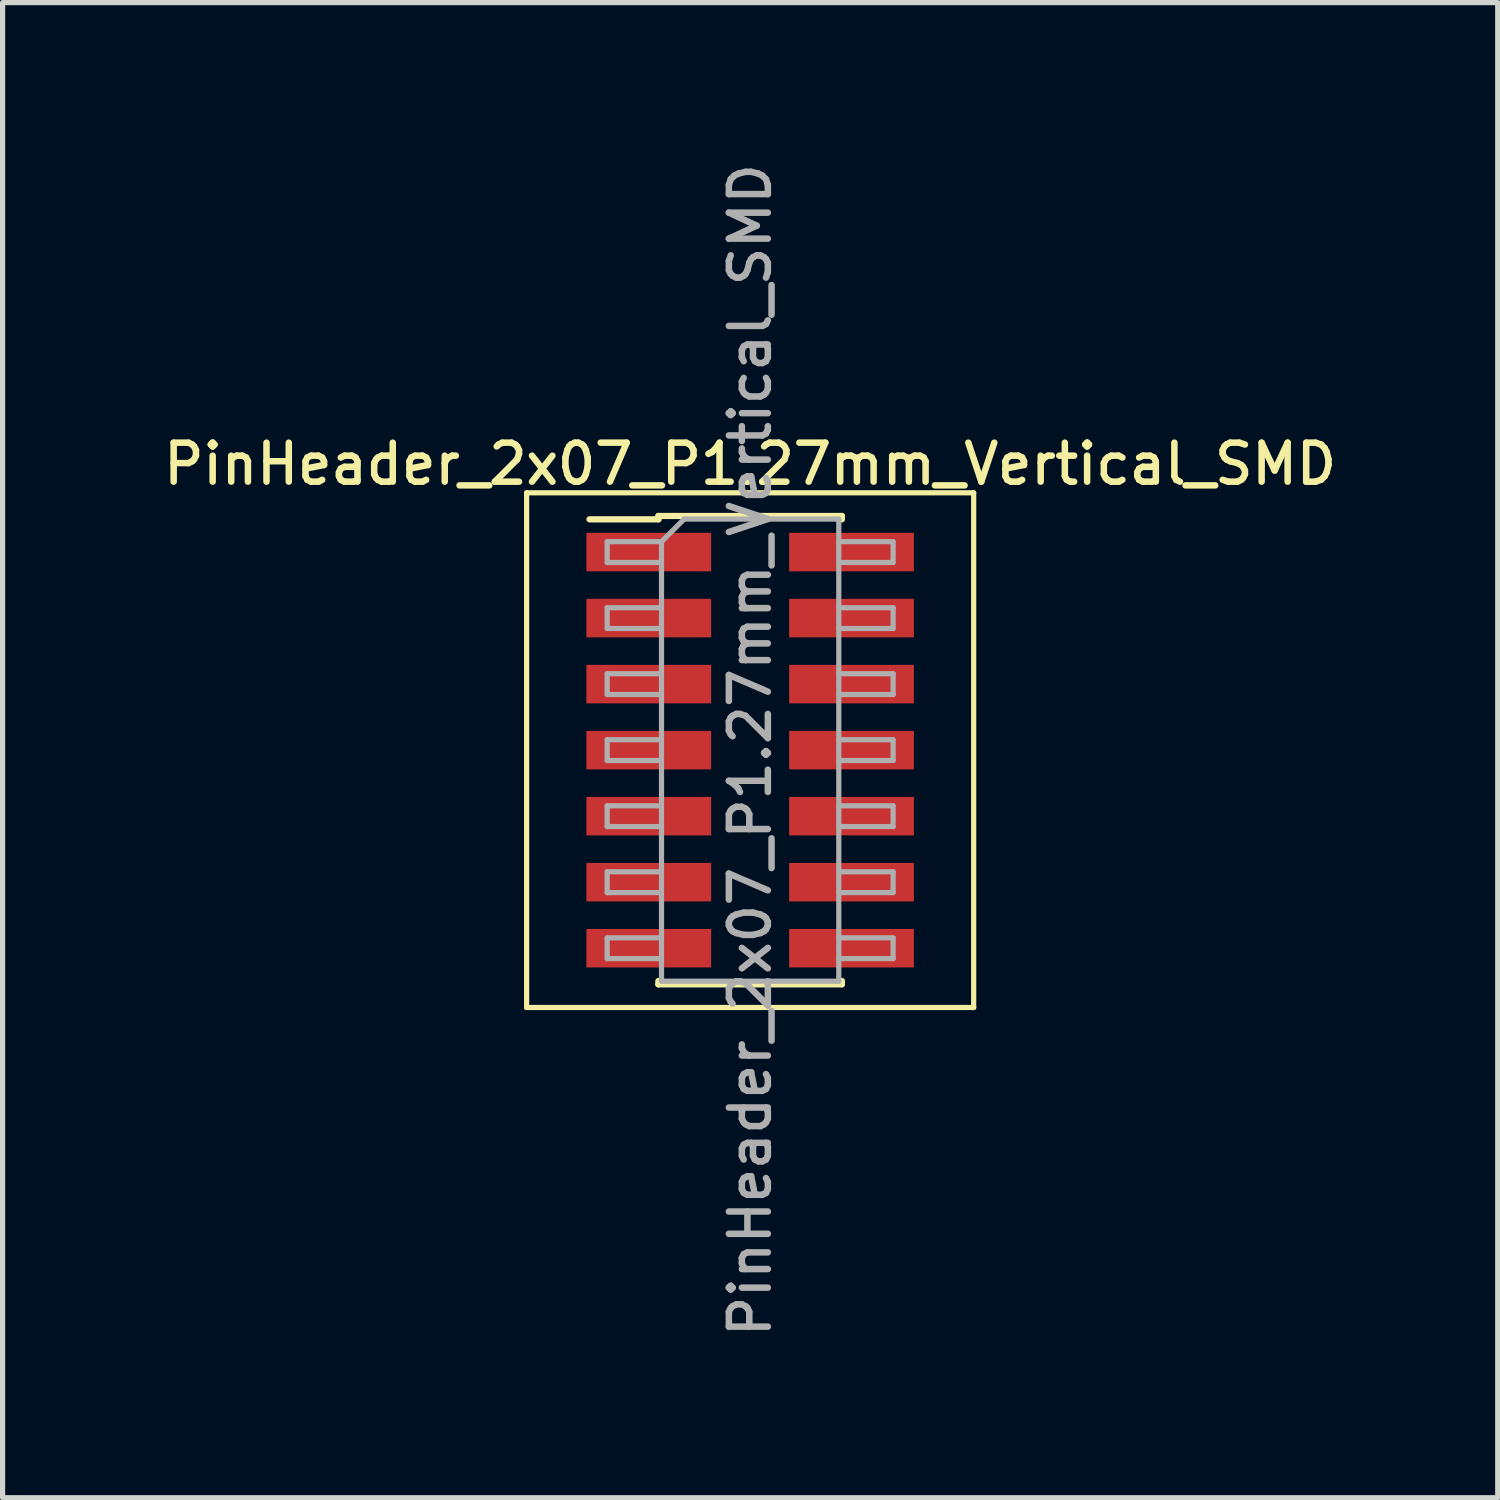
<source format=kicad_pcb>
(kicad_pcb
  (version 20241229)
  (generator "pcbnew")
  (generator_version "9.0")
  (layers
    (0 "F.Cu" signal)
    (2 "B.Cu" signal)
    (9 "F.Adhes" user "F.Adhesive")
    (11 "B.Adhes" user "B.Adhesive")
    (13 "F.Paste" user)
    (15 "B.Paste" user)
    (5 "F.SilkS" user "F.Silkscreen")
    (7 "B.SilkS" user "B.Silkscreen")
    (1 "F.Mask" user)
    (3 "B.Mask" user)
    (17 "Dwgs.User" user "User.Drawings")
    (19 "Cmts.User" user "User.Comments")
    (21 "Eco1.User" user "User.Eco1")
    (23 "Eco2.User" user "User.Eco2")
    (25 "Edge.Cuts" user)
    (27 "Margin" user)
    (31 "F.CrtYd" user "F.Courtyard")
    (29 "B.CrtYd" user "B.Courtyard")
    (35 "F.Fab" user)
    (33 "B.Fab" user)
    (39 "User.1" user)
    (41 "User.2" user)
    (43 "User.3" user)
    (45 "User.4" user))
  (footprint "PinHeader_2x07_P1.27mm_Vertical_SMD"
    (layer "F.Cu")
    (at 11.38 11.38)
    (property "Reference" "PinHeader_2x07_P1.27mm_Vertical_SMD" (at 0 -5.505 0) (layer "F.SilkS") (effects (font (size 0.75 0.75) (thickness 0.125))))
    (attr smd)
    (fp_line (start -4.3 -4.95) (end -4.3 4.95) (stroke (width 0.1) (type solid)) (layer "F.SilkS"))
    (fp_line (start -4.3 4.95) (end 4.3 4.95) (stroke (width 0.1) (type solid)) (layer "F.SilkS"))
    (fp_line (start -3.09 -4.44) (end -1.765 -4.44) (stroke (width 0.12) (type solid)) (layer "F.SilkS"))
    (fp_line (start -1.765 -4.505) (end -1.765 -4.44) (stroke (width 0.12) (type solid)) (layer "F.SilkS"))
    (fp_line (start -1.765 -4.505) (end 1.765 -4.505) (stroke (width 0.12) (type solid)) (layer "F.SilkS"))
    (fp_line (start -1.765 4.44) (end -1.765 4.505) (stroke (width 0.12) (type solid)) (layer "F.SilkS"))
    (fp_line (start -1.765 4.505) (end 1.765 4.505) (stroke (width 0.12) (type solid)) (layer "F.SilkS"))
    (fp_line (start 1.765 -4.505) (end 1.765 -4.44) (stroke (width 0.12) (type solid)) (layer "F.SilkS"))
    (fp_line (start 1.765 4.44) (end 1.765 4.505) (stroke (width 0.12) (type solid)) (layer "F.SilkS"))
    (fp_line (start 4.3 -4.95) (end -4.3 -4.95) (stroke (width 0.1) (type solid)) (layer "F.SilkS"))
    (fp_line (start 4.3 4.95) (end 4.3 -4.95) (stroke (width 0.1) (type solid)) (layer "F.SilkS"))
    (fp_line (start -2.75 -4.01) (end -2.75 -3.61) (stroke (width 0.1) (type solid)) (layer "F.Fab"))
    (fp_line (start -2.75 -3.61) (end -1.705 -3.61) (stroke (width 0.1) (type solid)) (layer "F.Fab"))
    (fp_line (start -2.75 -2.74) (end -2.75 -2.34) (stroke (width 0.1) (type solid)) (layer "F.Fab"))
    (fp_line (start -2.75 -2.34) (end -1.705 -2.34) (stroke (width 0.1) (type solid)) (layer "F.Fab"))
    (fp_line (start -2.75 -1.47) (end -2.75 -1.07) (stroke (width 0.1) (type solid)) (layer "F.Fab"))
    (fp_line (start -2.75 -1.07) (end -1.705 -1.07) (stroke (width 0.1) (type solid)) (layer "F.Fab"))
    (fp_line (start -2.75 -0.2) (end -2.75 0.2) (stroke (width 0.1) (type solid)) (layer "F.Fab"))
    (fp_line (start -2.75 0.2) (end -1.705 0.2) (stroke (width 0.1) (type solid)) (layer "F.Fab"))
    (fp_line (start -2.75 1.07) (end -2.75 1.47) (stroke (width 0.1) (type solid)) (layer "F.Fab"))
    (fp_line (start -2.75 1.47) (end -1.705 1.47) (stroke (width 0.1) (type solid)) (layer "F.Fab"))
    (fp_line (start -2.75 2.34) (end -2.75 2.74) (stroke (width 0.1) (type solid)) (layer "F.Fab"))
    (fp_line (start -2.75 2.74) (end -1.705 2.74) (stroke (width 0.1) (type solid)) (layer "F.Fab"))
    (fp_line (start -2.75 3.61) (end -2.75 4.01) (stroke (width 0.1) (type solid)) (layer "F.Fab"))
    (fp_line (start -2.75 4.01) (end -1.705 4.01) (stroke (width 0.1) (type solid)) (layer "F.Fab"))
    (fp_line (start -1.705 -4.01) (end -2.75 -4.01) (stroke (width 0.1) (type solid)) (layer "F.Fab"))
    (fp_line (start -1.705 -4.01) (end -1.27 -4.445) (stroke (width 0.1) (type solid)) (layer "F.Fab"))
    (fp_line (start -1.705 -2.74) (end -2.75 -2.74) (stroke (width 0.1) (type solid)) (layer "F.Fab"))
    (fp_line (start -1.705 -1.47) (end -2.75 -1.47) (stroke (width 0.1) (type solid)) (layer "F.Fab"))
    (fp_line (start -1.705 -0.2) (end -2.75 -0.2) (stroke (width 0.1) (type solid)) (layer "F.Fab"))
    (fp_line (start -1.705 1.07) (end -2.75 1.07) (stroke (width 0.1) (type solid)) (layer "F.Fab"))
    (fp_line (start -1.705 2.34) (end -2.75 2.34) (stroke (width 0.1) (type solid)) (layer "F.Fab"))
    (fp_line (start -1.705 3.61) (end -2.75 3.61) (stroke (width 0.1) (type solid)) (layer "F.Fab"))
    (fp_line (start -1.705 4.445) (end -1.705 -4.01) (stroke (width 0.1) (type solid)) (layer "F.Fab"))
    (fp_line (start -1.27 -4.445) (end 1.705 -4.445) (stroke (width 0.1) (type solid)) (layer "F.Fab"))
    (fp_line (start 1.705 -4.445) (end 1.705 4.445) (stroke (width 0.1) (type solid)) (layer "F.Fab"))
    (fp_line (start 1.705 -4.01) (end 2.75 -4.01) (stroke (width 0.1) (type solid)) (layer "F.Fab"))
    (fp_line (start 1.705 -2.74) (end 2.75 -2.74) (stroke (width 0.1) (type solid)) (layer "F.Fab"))
    (fp_line (start 1.705 -1.47) (end 2.75 -1.47) (stroke (width 0.1) (type solid)) (layer "F.Fab"))
    (fp_line (start 1.705 -0.2) (end 2.75 -0.2) (stroke (width 0.1) (type solid)) (layer "F.Fab"))
    (fp_line (start 1.705 1.07) (end 2.75 1.07) (stroke (width 0.1) (type solid)) (layer "F.Fab"))
    (fp_line (start 1.705 2.34) (end 2.75 2.34) (stroke (width 0.1) (type solid)) (layer "F.Fab"))
    (fp_line (start 1.705 3.61) (end 2.75 3.61) (stroke (width 0.1) (type solid)) (layer "F.Fab"))
    (fp_line (start 1.705 4.445) (end -1.705 4.445) (stroke (width 0.1) (type solid)) (layer "F.Fab"))
    (fp_line (start 2.75 -4.01) (end 2.75 -3.61) (stroke (width 0.1) (type solid)) (layer "F.Fab"))
    (fp_line (start 2.75 -3.61) (end 1.705 -3.61) (stroke (width 0.1) (type solid)) (layer "F.Fab"))
    (fp_line (start 2.75 -2.74) (end 2.75 -2.34) (stroke (width 0.1) (type solid)) (layer "F.Fab"))
    (fp_line (start 2.75 -2.34) (end 1.705 -2.34) (stroke (width 0.1) (type solid)) (layer "F.Fab"))
    (fp_line (start 2.75 -1.47) (end 2.75 -1.07) (stroke (width 0.1) (type solid)) (layer "F.Fab"))
    (fp_line (start 2.75 -1.07) (end 1.705 -1.07) (stroke (width 0.1) (type solid)) (layer "F.Fab"))
    (fp_line (start 2.75 -0.2) (end 2.75 0.2) (stroke (width 0.1) (type solid)) (layer "F.Fab"))
    (fp_line (start 2.75 0.2) (end 1.705 0.2) (stroke (width 0.1) (type solid)) (layer "F.Fab"))
    (fp_line (start 2.75 1.07) (end 2.75 1.47) (stroke (width 0.1) (type solid)) (layer "F.Fab"))
    (fp_line (start 2.75 1.47) (end 1.705 1.47) (stroke (width 0.1) (type solid)) (layer "F.Fab"))
    (fp_line (start 2.75 2.34) (end 2.75 2.74) (stroke (width 0.1) (type solid)) (layer "F.Fab"))
    (fp_line (start 2.75 2.74) (end 1.705 2.74) (stroke (width 0.1) (type solid)) (layer "F.Fab"))
    (fp_line (start 2.75 3.61) (end 2.75 4.01) (stroke (width 0.1) (type solid)) (layer "F.Fab"))
    (fp_line (start 2.75 4.01) (end 1.705 4.01) (stroke (width 0.1) (type solid)) (layer "F.Fab"))
    (fp_text user "${REFERENCE}" (at 0 0 90) (layer "F.Fab") (effects (font (size 0.75 0.75) (thickness 0.125))))
    (pad "1" smd rect (at -1.95 -3.81) (size 2.4 0.74) (layers "F.Cu" "F.Mask" "F.Paste"))
    (pad "2" smd rect (at 1.95 -3.81) (size 2.4 0.74) (layers "F.Cu" "F.Mask" "F.Paste"))
    (pad "3" smd rect (at -1.95 -2.54) (size 2.4 0.74) (layers "F.Cu" "F.Mask" "F.Paste"))
    (pad "4" smd rect (at 1.95 -2.54) (size 2.4 0.74) (layers "F.Cu" "F.Mask" "F.Paste"))
    (pad "5" smd rect (at -1.95 -1.27) (size 2.4 0.74) (layers "F.Cu" "F.Mask" "F.Paste"))
    (pad "6" smd rect (at 1.95 -1.27) (size 2.4 0.74) (layers "F.Cu" "F.Mask" "F.Paste"))
    (pad "7" smd rect (at -1.95 0) (size 2.4 0.74) (layers "F.Cu" "F.Mask" "F.Paste"))
    (pad "8" smd rect (at 1.95 0) (size 2.4 0.74) (layers "F.Cu" "F.Mask" "F.Paste"))
    (pad "9" smd rect (at -1.95 1.27) (size 2.4 0.74) (layers "F.Cu" "F.Mask" "F.Paste"))
    (pad "10" smd rect (at 1.95 1.27) (size 2.4 0.74) (layers "F.Cu" "F.Mask" "F.Paste"))
    (pad "11" smd rect (at -1.95 2.54) (size 2.4 0.74) (layers "F.Cu" "F.Mask" "F.Paste"))
    (pad "12" smd rect (at 1.95 2.54) (size 2.4 0.74) (layers "F.Cu" "F.Mask" "F.Paste"))
    (pad "13" smd rect (at -1.95 3.81) (size 2.4 0.74) (layers "F.Cu" "F.Mask" "F.Paste"))
    (pad "14" smd rect (at 1.95 3.81) (size 2.4 0.74) (layers "F.Cu" "F.Mask" "F.Paste")))
  (gr_rect
    (start -3 -3)
    (end 25.761 25.761)
    (stroke (width 0.1) (type default))
    (fill no)
    (layer "Edge.Cuts")))
</source>
